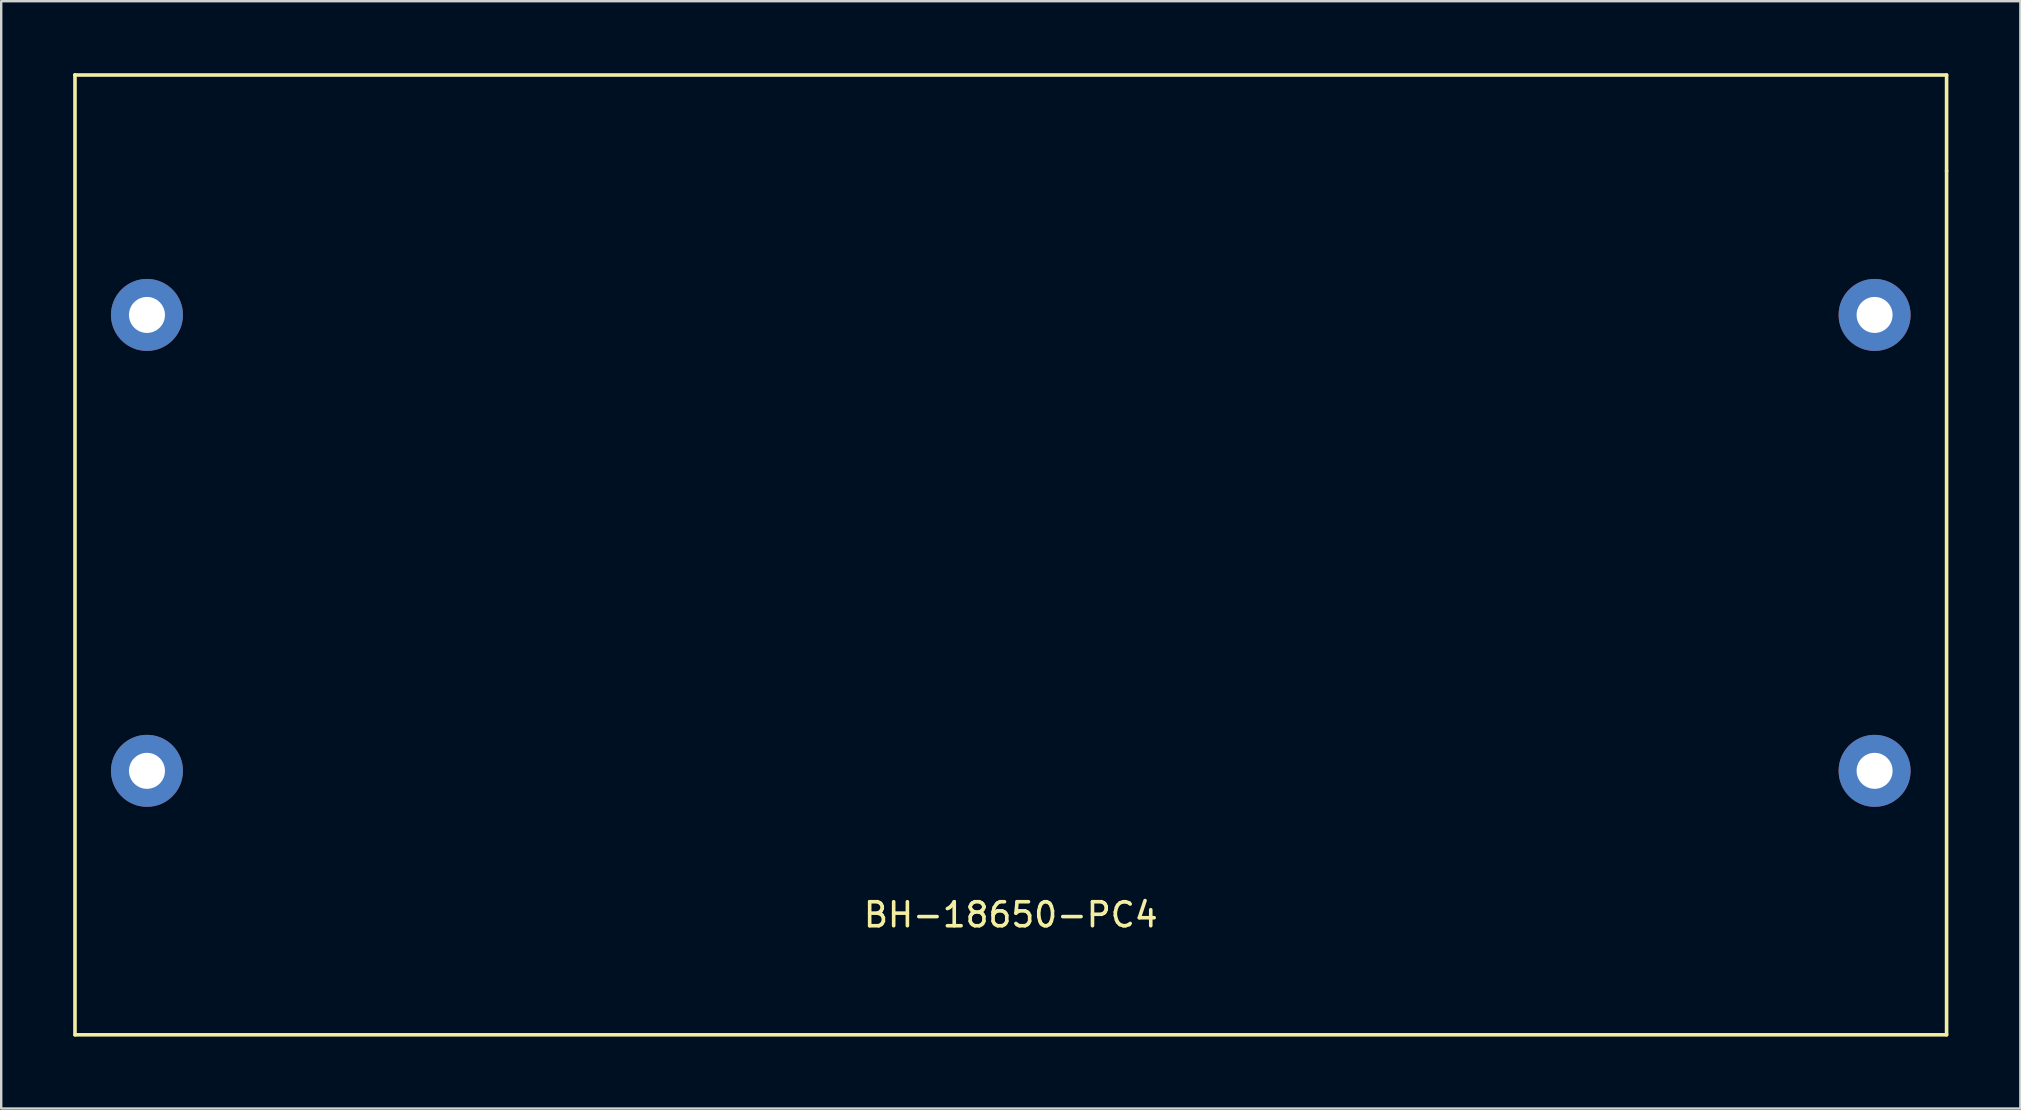
<source format=kicad_pcb>
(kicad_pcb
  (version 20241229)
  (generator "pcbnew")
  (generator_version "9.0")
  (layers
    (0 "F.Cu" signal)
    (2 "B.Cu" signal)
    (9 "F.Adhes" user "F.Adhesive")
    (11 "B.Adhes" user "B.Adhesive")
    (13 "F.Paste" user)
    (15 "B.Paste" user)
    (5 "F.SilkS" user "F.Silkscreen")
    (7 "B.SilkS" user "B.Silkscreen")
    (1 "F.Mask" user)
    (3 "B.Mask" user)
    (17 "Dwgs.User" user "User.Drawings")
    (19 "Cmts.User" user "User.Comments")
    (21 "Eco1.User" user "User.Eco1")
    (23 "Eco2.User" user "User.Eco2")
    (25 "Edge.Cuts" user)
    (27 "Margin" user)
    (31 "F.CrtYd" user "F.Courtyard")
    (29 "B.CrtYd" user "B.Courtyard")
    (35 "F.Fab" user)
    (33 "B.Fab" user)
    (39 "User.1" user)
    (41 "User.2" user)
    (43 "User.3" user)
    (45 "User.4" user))
  (footprint "BH-18650-PC4"
    (layer "F.Cu")
    (at 39.075 20.075)
    (property "Reference" "BH-18650-PC4" (at 0 15 0) (layer "F.SilkS") (effects (font (size 1 1) (thickness 0.15))))
    (attr through_hole)
    (fp_line (start -39 -20) (end -39 -20) (stroke (width 0.15) (type solid)) (layer "F.SilkS"))
    (fp_line (start -39 20) (end -39 -20) (stroke (width 0.15) (type solid)) (layer "F.SilkS"))
    (fp_line (start 39 -20) (end -39 -20) (stroke (width 0.15) (type solid)) (layer "F.SilkS"))
    (fp_line (start 39 -16) (end 39 -20) (stroke (width 0.15) (type solid)) (layer "F.SilkS"))
    (fp_line (start 39 20) (end -39 20) (stroke (width 0.15) (type solid)) (layer "F.SilkS"))
    (fp_line (start 39 20) (end 39 -16) (stroke (width 0.15) (type solid)) (layer "F.SilkS"))
    (pad "1" thru_hole circle (at 36 -10) (size 3 3) (drill 1.5) (layers "*.Cu" "*.Mask"))
    (pad "1" thru_hole circle (at 36 9) (size 3 3) (drill 1.5) (layers "*.Cu" "*.Mask"))
    (pad "2" thru_hole circle (at -36 -10) (size 3 3) (drill 1.5) (layers "*.Cu" "*.Mask"))
    (pad "2" thru_hole circle (at -36 9) (size 3 3) (drill 1.5) (layers "*.Cu" "*.Mask")))
  (gr_rect
    (start -3 -3)
    (end 81.15 43.15)
    (stroke (width 0.1) (type default))
    (fill no)
    (layer "Edge.Cuts")))
</source>
